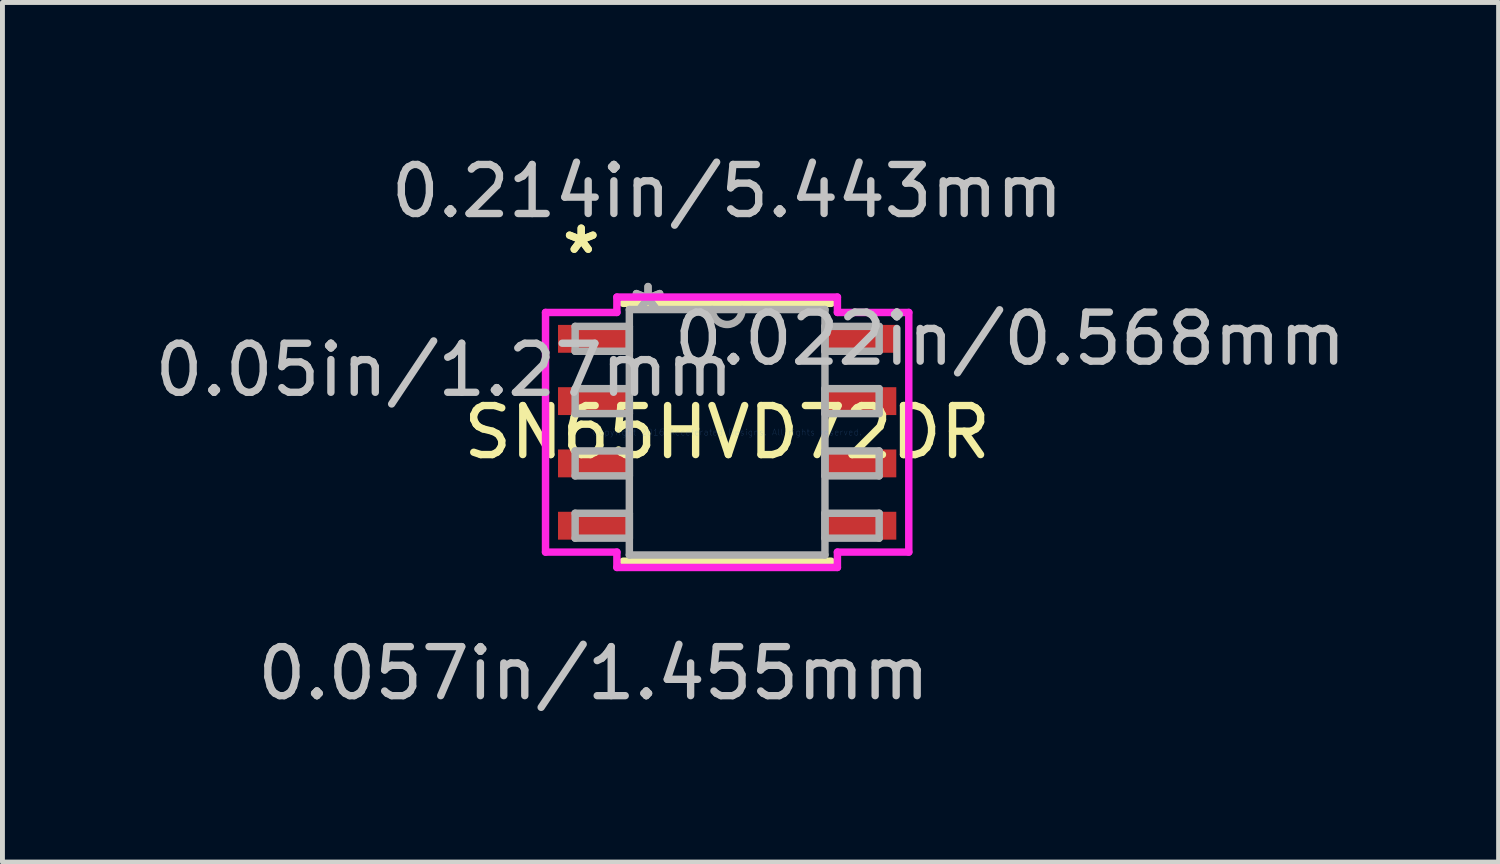
<source format=kicad_pcb>
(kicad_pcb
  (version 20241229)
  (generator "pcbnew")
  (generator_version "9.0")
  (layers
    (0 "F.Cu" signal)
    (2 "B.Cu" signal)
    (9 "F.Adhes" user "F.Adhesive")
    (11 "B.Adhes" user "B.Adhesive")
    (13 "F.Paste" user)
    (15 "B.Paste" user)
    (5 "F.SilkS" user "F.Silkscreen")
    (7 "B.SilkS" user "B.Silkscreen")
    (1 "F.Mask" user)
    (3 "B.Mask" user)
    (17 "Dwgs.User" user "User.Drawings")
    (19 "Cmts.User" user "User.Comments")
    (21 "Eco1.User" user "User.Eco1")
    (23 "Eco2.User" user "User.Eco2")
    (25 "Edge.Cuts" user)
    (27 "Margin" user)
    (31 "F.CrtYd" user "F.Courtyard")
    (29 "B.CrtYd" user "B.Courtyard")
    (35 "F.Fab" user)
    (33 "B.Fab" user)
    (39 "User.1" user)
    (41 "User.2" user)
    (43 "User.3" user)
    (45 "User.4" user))
  (footprint "SN65HVD72DR"
    (layer "F.Cu")
    (at 11.775 5.763)
    (property "Reference" "SN65HVD72DR" (at 0 0 0) (layer "F.SilkS") (effects (font (size 1 1) (thickness 0.15))))
    (attr through_hole)
    (fp_line (start -2.121 2.629) (end 2.121 2.629) (stroke (width 0.152) (type solid)) (layer "F.SilkS"))
    (fp_line (start 2.121 -2.629) (end -2.121 -2.629) (stroke (width 0.152) (type solid)) (layer "F.SilkS"))
    (fp_line (start -3.703 -2.443) (end -2.248 -2.443) (stroke (width 0.152) (type solid)) (layer "F.CrtYd"))
    (fp_line (start -3.703 2.443) (end -3.703 -2.443) (stroke (width 0.152) (type solid)) (layer "F.CrtYd"))
    (fp_line (start -2.248 -2.756) (end 2.248 -2.756) (stroke (width 0.152) (type solid)) (layer "F.CrtYd"))
    (fp_line (start -2.248 -2.443) (end -2.248 -2.756) (stroke (width 0.152) (type solid)) (layer "F.CrtYd"))
    (fp_line (start -2.248 2.443) (end -3.703 2.443) (stroke (width 0.152) (type solid)) (layer "F.CrtYd"))
    (fp_line (start -2.248 2.756) (end -2.248 2.443) (stroke (width 0.152) (type solid)) (layer "F.CrtYd"))
    (fp_line (start 2.248 -2.756) (end 2.248 -2.443) (stroke (width 0.152) (type solid)) (layer "F.CrtYd"))
    (fp_line (start 2.248 -2.443) (end 3.703 -2.443) (stroke (width 0.152) (type solid)) (layer "F.CrtYd"))
    (fp_line (start 2.248 2.443) (end 2.248 2.756) (stroke (width 0.152) (type solid)) (layer "F.CrtYd"))
    (fp_line (start 2.248 2.756) (end -2.248 2.756) (stroke (width 0.152) (type solid)) (layer "F.CrtYd"))
    (fp_line (start 3.703 -2.443) (end 3.703 2.443) (stroke (width 0.152) (type solid)) (layer "F.CrtYd"))
    (fp_line (start 3.703 2.443) (end 2.248 2.443) (stroke (width 0.152) (type solid)) (layer "F.CrtYd"))
    (fp_line (start -3.099 -2.159) (end -3.099 -1.651) (stroke (width 0.152) (type solid)) (layer "F.Fab"))
    (fp_line (start -3.099 -1.651) (end -1.994 -1.651) (stroke (width 0.152) (type solid)) (layer "F.Fab"))
    (fp_line (start -3.099 -0.889) (end -3.099 -0.381) (stroke (width 0.152) (type solid)) (layer "F.Fab"))
    (fp_line (start -3.099 -0.381) (end -1.994 -0.381) (stroke (width 0.152) (type solid)) (layer "F.Fab"))
    (fp_line (start -3.099 0.381) (end -3.099 0.889) (stroke (width 0.152) (type solid)) (layer "F.Fab"))
    (fp_line (start -3.099 0.889) (end -1.994 0.889) (stroke (width 0.152) (type solid)) (layer "F.Fab"))
    (fp_line (start -3.099 1.651) (end -3.099 2.159) (stroke (width 0.152) (type solid)) (layer "F.Fab"))
    (fp_line (start -3.099 2.159) (end -1.994 2.159) (stroke (width 0.152) (type solid)) (layer "F.Fab"))
    (fp_line (start -1.994 -2.502) (end -1.994 2.502) (stroke (width 0.152) (type solid)) (layer "F.Fab"))
    (fp_line (start -1.994 -2.159) (end -3.099 -2.159) (stroke (width 0.152) (type solid)) (layer "F.Fab"))
    (fp_line (start -1.994 -1.651) (end -1.994 -2.159) (stroke (width 0.152) (type solid)) (layer "F.Fab"))
    (fp_line (start -1.994 -0.889) (end -3.099 -0.889) (stroke (width 0.152) (type solid)) (layer "F.Fab"))
    (fp_line (start -1.994 -0.381) (end -1.994 -0.889) (stroke (width 0.152) (type solid)) (layer "F.Fab"))
    (fp_line (start -1.994 0.381) (end -3.099 0.381) (stroke (width 0.152) (type solid)) (layer "F.Fab"))
    (fp_line (start -1.994 0.889) (end -1.994 0.381) (stroke (width 0.152) (type solid)) (layer "F.Fab"))
    (fp_line (start -1.994 1.651) (end -3.099 1.651) (stroke (width 0.152) (type solid)) (layer "F.Fab"))
    (fp_line (start -1.994 2.159) (end -1.994 1.651) (stroke (width 0.152) (type solid)) (layer "F.Fab"))
    (fp_line (start -1.994 2.502) (end 1.994 2.502) (stroke (width 0.152) (type solid)) (layer "F.Fab"))
    (fp_line (start 1.994 -2.502) (end -1.994 -2.502) (stroke (width 0.152) (type solid)) (layer "F.Fab"))
    (fp_line (start 1.994 -2.159) (end 1.994 -1.651) (stroke (width 0.152) (type solid)) (layer "F.Fab"))
    (fp_line (start 1.994 -1.651) (end 3.099 -1.651) (stroke (width 0.152) (type solid)) (layer "F.Fab"))
    (fp_line (start 1.994 -0.889) (end 1.994 -0.381) (stroke (width 0.152) (type solid)) (layer "F.Fab"))
    (fp_line (start 1.994 -0.381) (end 3.099 -0.381) (stroke (width 0.152) (type solid)) (layer "F.Fab"))
    (fp_line (start 1.994 0.381) (end 1.994 0.889) (stroke (width 0.152) (type solid)) (layer "F.Fab"))
    (fp_line (start 1.994 0.889) (end 3.099 0.889) (stroke (width 0.152) (type solid)) (layer "F.Fab"))
    (fp_line (start 1.994 1.651) (end 1.994 2.159) (stroke (width 0.152) (type solid)) (layer "F.Fab"))
    (fp_line (start 1.994 2.159) (end 3.099 2.159) (stroke (width 0.152) (type solid)) (layer "F.Fab"))
    (fp_line (start 1.994 2.502) (end 1.994 -2.502) (stroke (width 0.152) (type solid)) (layer "F.Fab"))
    (fp_line (start 3.099 -2.159) (end 1.994 -2.159) (stroke (width 0.152) (type solid)) (layer "F.Fab"))
    (fp_line (start 3.099 -1.651) (end 3.099 -2.159) (stroke (width 0.152) (type solid)) (layer "F.Fab"))
    (fp_line (start 3.099 -0.889) (end 1.994 -0.889) (stroke (width 0.152) (type solid)) (layer "F.Fab"))
    (fp_line (start 3.099 -0.381) (end 3.099 -0.889) (stroke (width 0.152) (type solid)) (layer "F.Fab"))
    (fp_line (start 3.099 0.381) (end 1.994 0.381) (stroke (width 0.152) (type solid)) (layer "F.Fab"))
    (fp_line (start 3.099 0.889) (end 3.099 0.381) (stroke (width 0.152) (type solid)) (layer "F.Fab"))
    (fp_line (start 3.099 1.651) (end 1.994 1.651) (stroke (width 0.152) (type solid)) (layer "F.Fab"))
    (fp_line (start 3.099 2.159) (end 3.099 1.651) (stroke (width 0.152) (type solid)) (layer "F.Fab"))
    (fp_arc (start 0.3048 -2.5019) (mid 0 -2.1971) (end -0.3048 -2.5019) (stroke (width 0.1524) (type solid)) (layer "F.Fab"))
    (fp_text user "*" (at -2.975 -3.616 0) (layer "F.SilkS") (effects (font (size 1 1) (thickness 0.15))))
    (fp_text user "*" (at -2.975 -3.616 0) (layer "F.SilkS") (effects (font (size 1 1) (thickness 0.15))))
    (fp_text user "0.022in/0.568mm" (at 5.769 -1.905 0) (layer "Dwgs.User") (effects (font (size 1 1) (thickness 0.15))))
    (fp_text user "0.214in/5.443mm" (at 0 -4.915 0) (layer "Dwgs.User") (effects (font (size 1 1) (thickness 0.15))))
    (fp_text user "0.05in/1.27mm" (at -5.769 -1.27 0) (layer "Dwgs.User") (effects (font (size 1 1) (thickness 0.15))))
    (fp_text user "0.057in/1.455mm" (at -2.721 4.915 0) (layer "Dwgs.User") (effects (font (size 1 1) (thickness 0.15))))
    (fp_text user "Copyright 2016 Accelerated Designs. All rights reserved." (at 0 0 0) (layer "Cmts.User") (effects (font (size 0.127 0.127) (thickness 0.002))))
    (fp_text user "*" (at -1.613 -2.426 0) (layer "F.Fab") (effects (font (size 1 1) (thickness 0.15))))
    (fp_text user "*" (at -1.613 -2.426 0) (layer "F.Fab") (effects (font (size 1 1) (thickness 0.15))))
    (pad "1" smd rect (at -2.721 -1.905) (size 1.455 0.568) (layers "F.Cu" "F.Mask" "F.Paste"))
    (pad "2" smd rect (at -2.721 -0.635) (size 1.455 0.568) (layers "F.Cu" "F.Mask" "F.Paste"))
    (pad "3" smd rect (at -2.721 0.635) (size 1.455 0.568) (layers "F.Cu" "F.Mask" "F.Paste"))
    (pad "4" smd rect (at -2.721 1.905) (size 1.455 0.568) (layers "F.Cu" "F.Mask" "F.Paste"))
    (pad "5" smd rect (at 2.721 1.905) (size 1.455 0.568) (layers "F.Cu" "F.Mask" "F.Paste"))
    (pad "6" smd rect (at 2.721 0.635) (size 1.455 0.568) (layers "F.Cu" "F.Mask" "F.Paste"))
    (pad "7" smd rect (at 2.721 -0.635) (size 1.455 0.568) (layers "F.Cu" "F.Mask" "F.Paste"))
    (pad "8" smd rect (at 2.721 -1.905) (size 1.455 0.568) (layers "F.Cu" "F.Mask" "F.Paste")))
  (gr_rect
    (start -3 -3)
    (end 27.503 14.526)
    (stroke (width 0.1) (type default))
    (fill no)
    (layer "Edge.Cuts")))
</source>
